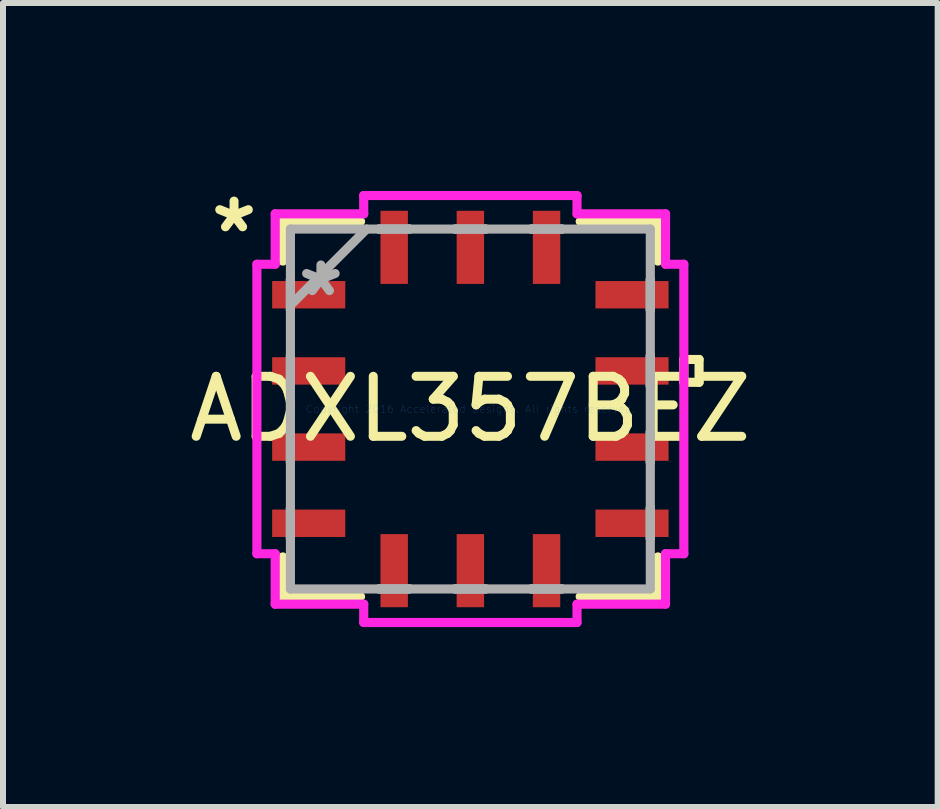
<source format=kicad_pcb>
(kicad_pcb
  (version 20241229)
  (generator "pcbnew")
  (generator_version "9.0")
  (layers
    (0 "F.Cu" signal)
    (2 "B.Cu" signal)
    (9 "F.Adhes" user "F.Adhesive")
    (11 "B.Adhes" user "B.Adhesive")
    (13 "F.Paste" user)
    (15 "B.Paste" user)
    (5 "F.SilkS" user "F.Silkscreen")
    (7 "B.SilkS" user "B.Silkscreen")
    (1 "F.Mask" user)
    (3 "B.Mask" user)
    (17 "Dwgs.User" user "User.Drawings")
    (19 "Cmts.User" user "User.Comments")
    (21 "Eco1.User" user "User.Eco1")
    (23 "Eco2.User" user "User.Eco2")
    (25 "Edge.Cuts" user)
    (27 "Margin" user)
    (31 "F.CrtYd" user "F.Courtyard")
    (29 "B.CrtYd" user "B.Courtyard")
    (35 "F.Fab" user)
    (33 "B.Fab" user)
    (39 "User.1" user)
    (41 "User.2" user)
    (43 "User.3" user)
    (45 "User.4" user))
  (footprint "ADXL357BEZ"
    (layer "F.Cu")
    (at 4.792 3.769)
    (property "Reference" "ADXL357BEZ" (at 0 0 0) (layer "F.SilkS") (effects (font (size 1 1) (thickness 0.15))))
    (attr through_hole)
    (fp_line (start -3.127 -3.127) (end -3.127 -2.466) (stroke (width 0.152) (type solid)) (layer "F.SilkS"))
    (fp_line (start -3.127 2.466) (end -3.127 3.127) (stroke (width 0.152) (type solid)) (layer "F.SilkS"))
    (fp_line (start -3.127 3.127) (end -1.831 3.127) (stroke (width 0.152) (type solid)) (layer "F.SilkS"))
    (fp_line (start -1.831 -3.127) (end -3.127 -3.127) (stroke (width 0.152) (type solid)) (layer "F.SilkS"))
    (fp_line (start 1.831 3.127) (end 3.127 3.127) (stroke (width 0.152) (type solid)) (layer "F.SilkS"))
    (fp_line (start 3.127 -3.127) (end 1.831 -3.127) (stroke (width 0.152) (type solid)) (layer "F.SilkS"))
    (fp_line (start 3.127 -2.466) (end 3.127 -3.127) (stroke (width 0.152) (type solid)) (layer "F.SilkS"))
    (fp_line (start 3.127 3.127) (end 3.127 2.466) (stroke (width 0.152) (type solid)) (layer "F.SilkS"))
    (fp_line (start 3.559 -0.826) (end 3.813 -0.826) (stroke (width 0.152) (type solid)) (layer "F.SilkS"))
    (fp_line (start 3.559 -0.445) (end 3.559 -0.826) (stroke (width 0.152) (type solid)) (layer "F.SilkS"))
    (fp_line (start 3.813 -0.826) (end 3.813 -0.445) (stroke (width 0.152) (type solid)) (layer "F.SilkS"))
    (fp_line (start 3.813 -0.445) (end 3.559 -0.445) (stroke (width 0.152) (type solid)) (layer "F.SilkS"))
    (fp_line (start -3.559 -2.413) (end -3.254 -2.413) (stroke (width 0.152) (type solid)) (layer "F.CrtYd"))
    (fp_line (start -3.559 2.413) (end -3.559 -2.413) (stroke (width 0.152) (type solid)) (layer "F.CrtYd"))
    (fp_line (start -3.254 -3.254) (end -1.778 -3.254) (stroke (width 0.152) (type solid)) (layer "F.CrtYd"))
    (fp_line (start -3.254 -2.413) (end -3.254 -3.254) (stroke (width 0.152) (type solid)) (layer "F.CrtYd"))
    (fp_line (start -3.254 2.413) (end -3.559 2.413) (stroke (width 0.152) (type solid)) (layer "F.CrtYd"))
    (fp_line (start -3.254 3.254) (end -3.254 2.413) (stroke (width 0.152) (type solid)) (layer "F.CrtYd"))
    (fp_line (start -1.778 -3.559) (end 1.778 -3.559) (stroke (width 0.152) (type solid)) (layer "F.CrtYd"))
    (fp_line (start -1.778 -3.254) (end -1.778 -3.559) (stroke (width 0.152) (type solid)) (layer "F.CrtYd"))
    (fp_line (start -1.778 3.254) (end -3.254 3.254) (stroke (width 0.152) (type solid)) (layer "F.CrtYd"))
    (fp_line (start -1.778 3.559) (end -1.778 3.254) (stroke (width 0.152) (type solid)) (layer "F.CrtYd"))
    (fp_line (start 1.778 -3.559) (end 1.778 -3.254) (stroke (width 0.152) (type solid)) (layer "F.CrtYd"))
    (fp_line (start 1.778 -3.254) (end 3.254 -3.254) (stroke (width 0.152) (type solid)) (layer "F.CrtYd"))
    (fp_line (start 1.778 3.254) (end 1.778 3.559) (stroke (width 0.152) (type solid)) (layer "F.CrtYd"))
    (fp_line (start 1.778 3.559) (end -1.778 3.559) (stroke (width 0.152) (type solid)) (layer "F.CrtYd"))
    (fp_line (start 3.254 -3.254) (end 3.254 -2.413) (stroke (width 0.152) (type solid)) (layer "F.CrtYd"))
    (fp_line (start 3.254 -2.413) (end 3.559 -2.413) (stroke (width 0.152) (type solid)) (layer "F.CrtYd"))
    (fp_line (start 3.254 2.413) (end 3.254 3.254) (stroke (width 0.152) (type solid)) (layer "F.CrtYd"))
    (fp_line (start 3.254 3.254) (end 1.778 3.254) (stroke (width 0.152) (type solid)) (layer "F.CrtYd"))
    (fp_line (start 3.559 -2.413) (end 3.559 2.413) (stroke (width 0.152) (type solid)) (layer "F.CrtYd"))
    (fp_line (start 3.559 2.413) (end 3.254 2.413) (stroke (width 0.152) (type solid)) (layer "F.CrtYd"))
    (fp_line (start -3 -3) (end -3 3) (stroke (width 0.152) (type solid)) (layer "F.Fab"))
    (fp_line (start -3 -2.159) (end -3 -2.159) (stroke (width 0.152) (type solid)) (layer "F.Fab"))
    (fp_line (start -3 -2.159) (end -3 -1.651) (stroke (width 0.152) (type solid)) (layer "F.Fab"))
    (fp_line (start -3 -1.73) (end -1.73 -3) (stroke (width 0.152) (type solid)) (layer "F.Fab"))
    (fp_line (start -3 -1.651) (end -3 -2.159) (stroke (width 0.152) (type solid)) (layer "F.Fab"))
    (fp_line (start -3 -1.651) (end -3 -1.651) (stroke (width 0.152) (type solid)) (layer "F.Fab"))
    (fp_line (start -3 -0.889) (end -3 -0.889) (stroke (width 0.152) (type solid)) (layer "F.Fab"))
    (fp_line (start -3 -0.889) (end -3 -0.381) (stroke (width 0.152) (type solid)) (layer "F.Fab"))
    (fp_line (start -3 -0.381) (end -3 -0.889) (stroke (width 0.152) (type solid)) (layer "F.Fab"))
    (fp_line (start -3 -0.381) (end -3 -0.381) (stroke (width 0.152) (type solid)) (layer "F.Fab"))
    (fp_line (start -3 0.381) (end -3 0.381) (stroke (width 0.152) (type solid)) (layer "F.Fab"))
    (fp_line (start -3 0.381) (end -3 0.889) (stroke (width 0.152) (type solid)) (layer "F.Fab"))
    (fp_line (start -3 0.889) (end -3 0.381) (stroke (width 0.152) (type solid)) (layer "F.Fab"))
    (fp_line (start -3 0.889) (end -3 0.889) (stroke (width 0.152) (type solid)) (layer "F.Fab"))
    (fp_line (start -3 1.651) (end -3 1.651) (stroke (width 0.152) (type solid)) (layer "F.Fab"))
    (fp_line (start -3 1.651) (end -3 2.159) (stroke (width 0.152) (type solid)) (layer "F.Fab"))
    (fp_line (start -3 2.159) (end -3 1.651) (stroke (width 0.152) (type solid)) (layer "F.Fab"))
    (fp_line (start -3 2.159) (end -3 2.159) (stroke (width 0.152) (type solid)) (layer "F.Fab"))
    (fp_line (start -3 3) (end 3 3) (stroke (width 0.152) (type solid)) (layer "F.Fab"))
    (fp_line (start -1.524 -3) (end -1.524 -3) (stroke (width 0.152) (type solid)) (layer "F.Fab"))
    (fp_line (start -1.524 -3) (end -1.016 -3) (stroke (width 0.152) (type solid)) (layer "F.Fab"))
    (fp_line (start -1.524 3) (end -1.524 3) (stroke (width 0.152) (type solid)) (layer "F.Fab"))
    (fp_line (start -1.524 3) (end -1.016 3) (stroke (width 0.152) (type solid)) (layer "F.Fab"))
    (fp_line (start -1.016 -3) (end -1.524 -3) (stroke (width 0.152) (type solid)) (layer "F.Fab"))
    (fp_line (start -1.016 -3) (end -1.016 -3) (stroke (width 0.152) (type solid)) (layer "F.Fab"))
    (fp_line (start -1.016 3) (end -1.524 3) (stroke (width 0.152) (type solid)) (layer "F.Fab"))
    (fp_line (start -1.016 3) (end -1.016 3) (stroke (width 0.152) (type solid)) (layer "F.Fab"))
    (fp_line (start -0.254 -3) (end -0.254 -3) (stroke (width 0.152) (type solid)) (layer "F.Fab"))
    (fp_line (start -0.254 -3) (end 0.254 -3) (stroke (width 0.152) (type solid)) (layer "F.Fab"))
    (fp_line (start -0.254 3) (end -0.254 3) (stroke (width 0.152) (type solid)) (layer "F.Fab"))
    (fp_line (start -0.254 3) (end 0.254 3) (stroke (width 0.152) (type solid)) (layer "F.Fab"))
    (fp_line (start 0.254 -3) (end -0.254 -3) (stroke (width 0.152) (type solid)) (layer "F.Fab"))
    (fp_line (start 0.254 -3) (end 0.254 -3) (stroke (width 0.152) (type solid)) (layer "F.Fab"))
    (fp_line (start 0.254 3) (end -0.254 3) (stroke (width 0.152) (type solid)) (layer "F.Fab"))
    (fp_line (start 0.254 3) (end 0.254 3) (stroke (width 0.152) (type solid)) (layer "F.Fab"))
    (fp_line (start 1.016 -3) (end 1.016 -3) (stroke (width 0.152) (type solid)) (layer "F.Fab"))
    (fp_line (start 1.016 -3) (end 1.524 -3) (stroke (width 0.152) (type solid)) (layer "F.Fab"))
    (fp_line (start 1.016 3) (end 1.016 3) (stroke (width 0.152) (type solid)) (layer "F.Fab"))
    (fp_line (start 1.016 3) (end 1.524 3) (stroke (width 0.152) (type solid)) (layer "F.Fab"))
    (fp_line (start 1.524 -3) (end 1.016 -3) (stroke (width 0.152) (type solid)) (layer "F.Fab"))
    (fp_line (start 1.524 -3) (end 1.524 -3) (stroke (width 0.152) (type solid)) (layer "F.Fab"))
    (fp_line (start 1.524 3) (end 1.016 3) (stroke (width 0.152) (type solid)) (layer "F.Fab"))
    (fp_line (start 1.524 3) (end 1.524 3) (stroke (width 0.152) (type solid)) (layer "F.Fab"))
    (fp_line (start 3 -3) (end -3 -3) (stroke (width 0.152) (type solid)) (layer "F.Fab"))
    (fp_line (start 3 -2.159) (end 3 -2.159) (stroke (width 0.152) (type solid)) (layer "F.Fab"))
    (fp_line (start 3 -2.159) (end 3 -1.651) (stroke (width 0.152) (type solid)) (layer "F.Fab"))
    (fp_line (start 3 -1.651) (end 3 -2.159) (stroke (width 0.152) (type solid)) (layer "F.Fab"))
    (fp_line (start 3 -1.651) (end 3 -1.651) (stroke (width 0.152) (type solid)) (layer "F.Fab"))
    (fp_line (start 3 -0.889) (end 3 -0.889) (stroke (width 0.152) (type solid)) (layer "F.Fab"))
    (fp_line (start 3 -0.889) (end 3 -0.381) (stroke (width 0.152) (type solid)) (layer "F.Fab"))
    (fp_line (start 3 -0.381) (end 3 -0.889) (stroke (width 0.152) (type solid)) (layer "F.Fab"))
    (fp_line (start 3 -0.381) (end 3 -0.381) (stroke (width 0.152) (type solid)) (layer "F.Fab"))
    (fp_line (start 3 0.381) (end 3 0.381) (stroke (width 0.152) (type solid)) (layer "F.Fab"))
    (fp_line (start 3 0.381) (end 3 0.889) (stroke (width 0.152) (type solid)) (layer "F.Fab"))
    (fp_line (start 3 0.889) (end 3 0.381) (stroke (width 0.152) (type solid)) (layer "F.Fab"))
    (fp_line (start 3 0.889) (end 3 0.889) (stroke (width 0.152) (type solid)) (layer "F.Fab"))
    (fp_line (start 3 1.651) (end 3 1.651) (stroke (width 0.152) (type solid)) (layer "F.Fab"))
    (fp_line (start 3 1.651) (end 3 2.159) (stroke (width 0.152) (type solid)) (layer "F.Fab"))
    (fp_line (start 3 2.159) (end 3 1.651) (stroke (width 0.152) (type solid)) (layer "F.Fab"))
    (fp_line (start 3 2.159) (end 3 2.159) (stroke (width 0.152) (type solid)) (layer "F.Fab"))
    (fp_line (start 3 3) (end 3 -3) (stroke (width 0.152) (type solid)) (layer "F.Fab"))
    (fp_text user "*" (at -3.94 -2.921 0) (layer "F.SilkS") (effects (font (size 1 1) (thickness 0.15))))
    (fp_text user "Copyright 2016 Accelerated Designs. All rights reserved." (at 0 0 0) (layer "Cmts.User") (effects (font (size 0.127 0.127) (thickness 0.002))))
    (fp_text user "*" (at -2.492 -1.857 0) (layer "F.Fab") (effects (font (size 1 1) (thickness 0.15))))
    (pad "1" smd rect (at -2.695 -1.905 90) (size 0.457 1.219) (layers "F.Cu" "F.Mask" "F.Paste"))
    (pad "2" smd rect (at -2.695 -0.635 90) (size 0.457 1.219) (layers "F.Cu" "F.Mask" "F.Paste"))
    (pad "3" smd rect (at -2.695 0.635 90) (size 0.457 1.219) (layers "F.Cu" "F.Mask" "F.Paste"))
    (pad "4" smd rect (at -2.695 1.905 90) (size 0.457 1.219) (layers "F.Cu" "F.Mask" "F.Paste"))
    (pad "5" smd rect (at -1.27 2.695) (size 0.457 1.219) (layers "F.Cu" "F.Mask" "F.Paste"))
    (pad "6" smd rect (at 0 2.695) (size 0.457 1.219) (layers "F.Cu" "F.Mask" "F.Paste"))
    (pad "7" smd rect (at 1.27 2.695) (size 0.457 1.219) (layers "F.Cu" "F.Mask" "F.Paste"))
    (pad "8" smd rect (at 2.695 1.905 90) (size 0.457 1.219) (layers "F.Cu" "F.Mask" "F.Paste"))
    (pad "9" smd rect (at 2.695 0.635 90) (size 0.457 1.219) (layers "F.Cu" "F.Mask" "F.Paste"))
    (pad "10" smd rect (at 2.695 -0.635 90) (size 0.457 1.219) (layers "F.Cu" "F.Mask" "F.Paste"))
    (pad "11" smd rect (at 2.695 -1.905 90) (size 0.457 1.219) (layers "F.Cu" "F.Mask" "F.Paste"))
    (pad "12" smd rect (at 1.27 -2.695) (size 0.457 1.219) (layers "F.Cu" "F.Mask" "F.Paste"))
    (pad "13" smd rect (at 0 -2.695) (size 0.457 1.219) (layers "F.Cu" "F.Mask" "F.Paste"))
    (pad "14" smd rect (at -1.27 -2.695) (size 0.457 1.219) (layers "F.Cu" "F.Mask" "F.Paste")))
  (gr_rect
    (start -3 -3)
    (end 12.583 10.404)
    (stroke (width 0.1) (type default))
    (fill no)
    (layer "Edge.Cuts")))
</source>
